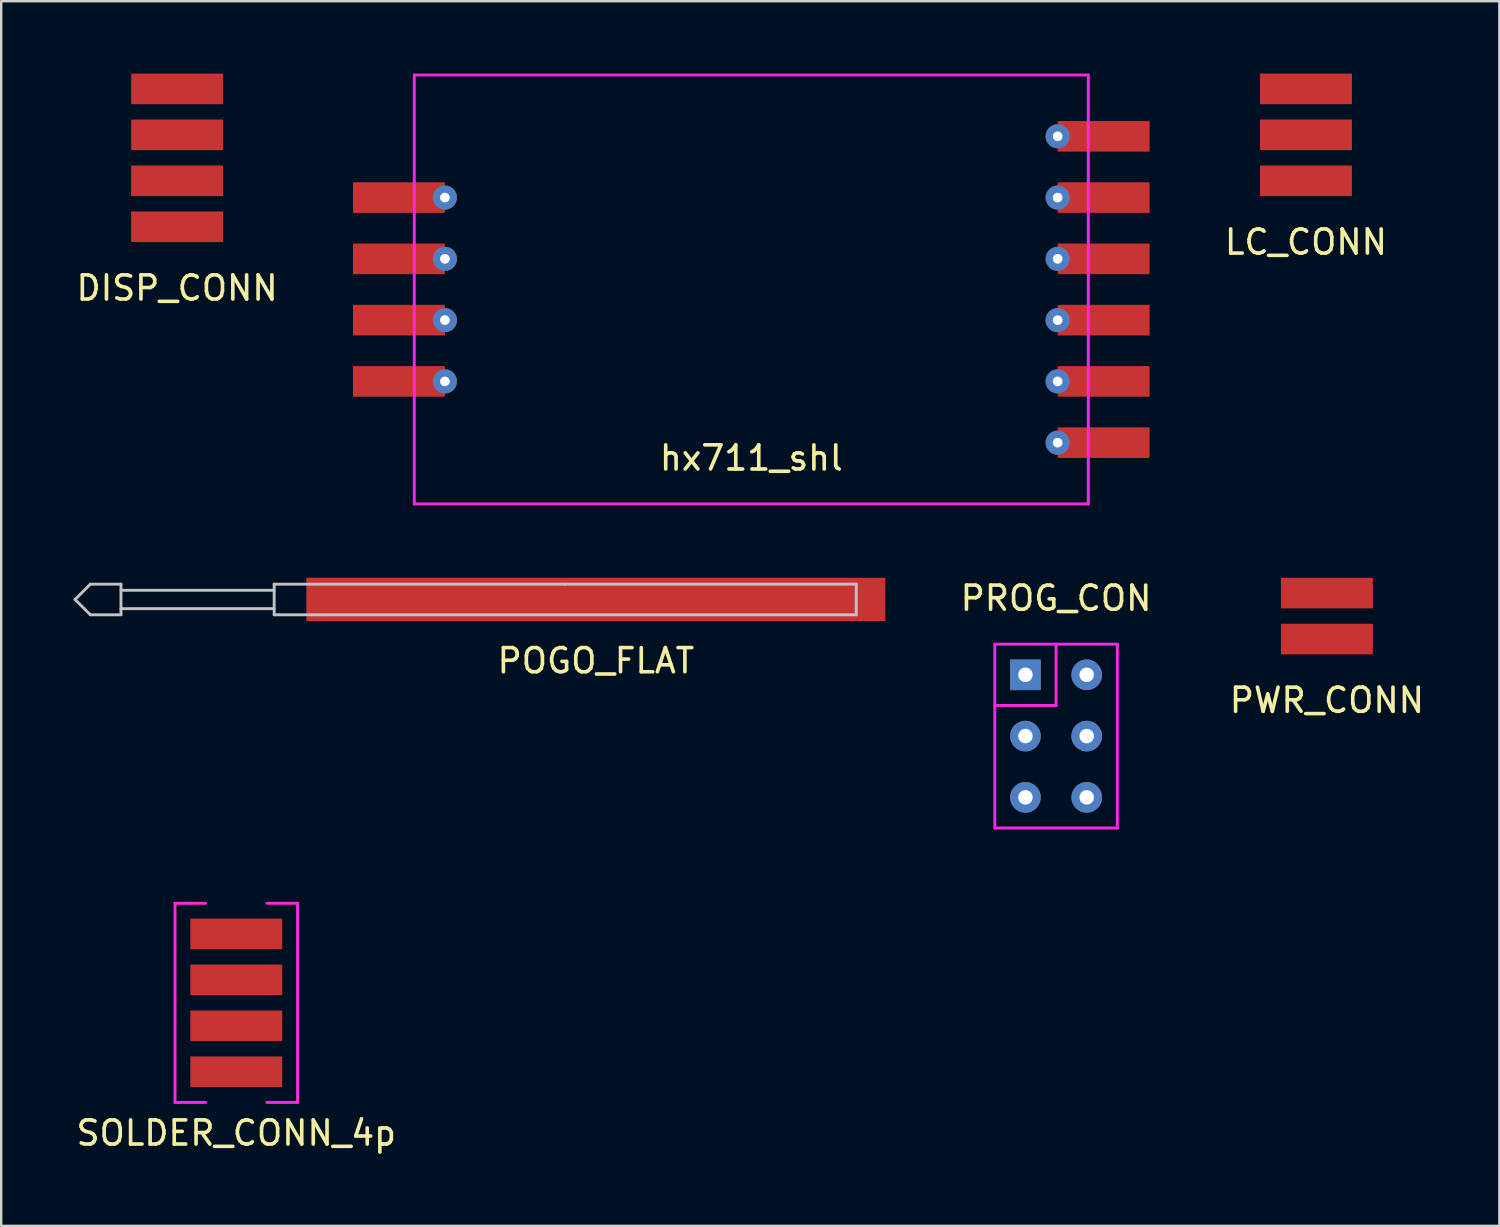
<source format=kicad_pcb>
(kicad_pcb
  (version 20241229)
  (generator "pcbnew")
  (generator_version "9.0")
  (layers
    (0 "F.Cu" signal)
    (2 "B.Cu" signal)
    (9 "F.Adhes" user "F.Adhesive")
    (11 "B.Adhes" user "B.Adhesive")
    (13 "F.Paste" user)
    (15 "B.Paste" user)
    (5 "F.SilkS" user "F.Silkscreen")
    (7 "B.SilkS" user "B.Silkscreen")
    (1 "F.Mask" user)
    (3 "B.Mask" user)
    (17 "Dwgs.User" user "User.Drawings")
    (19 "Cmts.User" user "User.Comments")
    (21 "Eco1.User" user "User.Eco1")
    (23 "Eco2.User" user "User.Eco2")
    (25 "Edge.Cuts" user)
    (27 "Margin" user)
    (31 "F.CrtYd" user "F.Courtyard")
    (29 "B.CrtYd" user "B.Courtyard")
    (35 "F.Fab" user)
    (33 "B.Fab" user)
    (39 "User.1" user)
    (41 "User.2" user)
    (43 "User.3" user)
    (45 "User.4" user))
  (footprint "PROG_CON"
    (layer "F.Cu")
    (at 40.727 27.463)
    (property "Reference" "PROG_CON" (at 0 -5.715 0) (layer "F.SilkS") (effects (font (size 1 1) (thickness 0.15))))
    (attr through_hole)
    (fp_line (start -2.54 -3.81) (end 2.54 -3.81) (stroke (width 0.12) (type solid)) (layer "F.CrtYd"))
    (fp_line (start -2.54 -1.27) (end 0 -1.27) (stroke (width 0.12) (type solid)) (layer "F.CrtYd"))
    (fp_line (start -2.54 3.81) (end -2.54 -3.81) (stroke (width 0.12) (type solid)) (layer "F.CrtYd"))
    (fp_line (start 0 -1.27) (end 0 -3.81) (stroke (width 0.12) (type solid)) (layer "F.CrtYd"))
    (fp_line (start 2.54 -3.81) (end 2.54 3.81) (stroke (width 0.12) (type solid)) (layer "F.CrtYd"))
    (fp_line (start 2.54 3.81) (end -2.54 3.81) (stroke (width 0.12) (type solid)) (layer "F.CrtYd"))
    (pad "1" thru_hole rect (at -1.27 -2.54) (size 1.27 1.27) (drill 0.6) (layers "*.Cu" "*.Mask"))
    (pad "2" thru_hole circle (at 1.27 -2.54) (size 1.27 1.27) (drill 0.6) (layers "*.Cu" "*.Mask"))
    (pad "3" thru_hole circle (at -1.27 0) (size 1.27 1.27) (drill 0.6) (layers "*.Cu" "*.Mask"))
    (pad "4" thru_hole circle (at 1.27 0) (size 1.27 1.27) (drill 0.6) (layers "*.Cu" "*.Mask"))
    (pad "5" thru_hole circle (at -1.27 2.54) (size 1.27 1.27) (drill 0.6) (layers "*.Cu" "*.Mask"))
    (pad "6" thru_hole circle (at 1.27 2.54) (size 1.27 1.27) (drill 0.6) (layers "*.Cu" "*.Mask")))
  (footprint "hx711_shl"
    (layer "F.Cu")
    (at 28.093 8.95)
    (property "Reference" "hx711_shl" (at 0 6.985 0) (layer "F.SilkS") (effects (font (size 1 1) (thickness 0.15))))
    (attr through_hole)
    (fp_line (start -13.97 -8.89) (end -13.97 8.89) (stroke (width 0.12) (type solid)) (layer "F.CrtYd"))
    (fp_line (start -13.97 8.89) (end 13.97 8.89) (stroke (width 0.12) (type solid)) (layer "F.CrtYd"))
    (fp_line (start 13.97 -8.89) (end -13.97 -8.89) (stroke (width 0.12) (type solid)) (layer "F.CrtYd"))
    (fp_line (start 13.97 8.89) (end 13.97 -8.89) (stroke (width 0.12) (type solid)) (layer "F.CrtYd"))
    (pad "2" smd rect (at -14.605 -3.81) (size 3.81 1.27) (layers "F.Cu" "F.Mask" "F.Paste"))
    (pad "2" thru_hole circle (at -12.7 -3.81) (size 1 1) (drill 0.4) (layers "*.Cu" "*.Mask"))
    (pad "3" smd rect (at -14.605 -1.27) (size 3.81 1.27) (layers "F.Cu" "F.Mask" "F.Paste"))
    (pad "3" thru_hole circle (at -12.7 -1.27) (size 1 1) (drill 0.4) (layers "*.Cu" "*.Mask"))
    (pad "4" smd rect (at -14.605 1.27) (size 3.81 1.27) (layers "F.Cu" "F.Mask" "F.Paste"))
    (pad "4" thru_hole circle (at -12.7 1.27) (size 1 1) (drill 0.4) (layers "*.Cu" "*.Mask"))
    (pad "5" smd rect (at -14.605 3.81) (size 3.81 1.27) (layers "F.Cu" "F.Mask" "F.Paste"))
    (pad "5" thru_hole circle (at -12.7 3.81) (size 1 1) (drill 0.4) (layers "*.Cu" "*.Mask"))
    (pad "7" thru_hole circle (at 12.7 6.35) (size 1 1) (drill 0.4) (layers "*.Cu" "*.Mask"))
    (pad "7" smd rect (at 14.605 6.35) (size 3.81 1.27) (layers "F.Cu" "F.Mask" "F.Paste"))
    (pad "8" thru_hole circle (at 12.7 3.81) (size 1 1) (drill 0.4) (layers "*.Cu" "*.Mask"))
    (pad "8" smd rect (at 14.605 3.81) (size 3.81 1.27) (layers "F.Cu" "F.Mask" "F.Paste"))
    (pad "9" thru_hole circle (at 12.7 1.27) (size 1 1) (drill 0.4) (layers "*.Cu" "*.Mask"))
    (pad "9" smd rect (at 14.605 1.27) (size 3.81 1.27) (layers "F.Cu" "F.Mask" "F.Paste"))
    (pad "10" thru_hole circle (at 12.7 -1.27) (size 1 1) (drill 0.4) (layers "*.Cu" "*.Mask"))
    (pad "10" smd rect (at 14.605 -1.27) (size 3.81 1.27) (layers "F.Cu" "F.Mask" "F.Paste"))
    (pad "11" thru_hole circle (at 12.7 -3.81) (size 1 1) (drill 0.4) (layers "*.Cu" "*.Mask"))
    (pad "11" smd rect (at 14.605 -3.81) (size 3.81 1.27) (layers "F.Cu" "F.Mask" "F.Paste"))
    (pad "12" thru_hole circle (at 12.7 -6.35) (size 1 1) (drill 0.4) (layers "*.Cu" "*.Mask"))
    (pad "12" smd rect (at 14.605 -6.35) (size 3.81 1.27) (layers "F.Cu" "F.Mask" "F.Paste")))
  (footprint "POGO_FLAT"
    (layer "F.Cu")
    (at 21.65 21.8)
    (property "Reference" "POGO_FLAT" (at 0 2.54 0) (layer "F.SilkS") (effects (font (size 1 1) (thickness 0.15))))
    (attr through_hole)
    (fp_line (start -21.59 0) (end -20.955 -0.635) (stroke (width 0.12) (type solid)) (layer "Dwgs.User"))
    (fp_line (start -20.955 -0.635) (end -19.685 -0.635) (stroke (width 0.12) (type solid)) (layer "Dwgs.User"))
    (fp_line (start -20.955 0.635) (end -21.59 0) (stroke (width 0.12) (type solid)) (layer "Dwgs.User"))
    (fp_line (start -19.685 -0.635) (end -19.685 0.635) (stroke (width 0.12) (type solid)) (layer "Dwgs.User"))
    (fp_line (start -19.685 -0.381) (end -13.335 -0.381) (stroke (width 0.12) (type solid)) (layer "Dwgs.User"))
    (fp_line (start -19.685 0.635) (end -20.955 0.635) (stroke (width 0.12) (type solid)) (layer "Dwgs.User"))
    (fp_line (start -13.335 -0.635) (end -1.27 -0.635) (stroke (width 0.12) (type solid)) (layer "Dwgs.User"))
    (fp_line (start -13.335 0.381) (end -19.685 0.381) (stroke (width 0.12) (type solid)) (layer "Dwgs.User"))
    (fp_line (start -13.335 0.635) (end -13.335 -0.635) (stroke (width 0.12) (type solid)) (layer "Dwgs.User"))
    (fp_line (start -1.27 -0.635) (end 10.795 -0.635) (stroke (width 0.12) (type solid)) (layer "Dwgs.User"))
    (fp_line (start 10.795 -0.635) (end 10.795 0.635) (stroke (width 0.12) (type solid)) (layer "Dwgs.User"))
    (fp_line (start 10.795 0.635) (end -13.335 0.635) (stroke (width 0.12) (type solid)) (layer "Dwgs.User"))
    (pad "1" smd rect (at 0 0) (size 24 1.8) (layers "F.Cu" "F.Mask" "F.Paste")))
  (footprint "PWR_CONN"
    (layer "F.Cu")
    (at 51.954 22.17)
    (property "Reference" "PWR_CONN" (at 0 3.81 0) (layer "F.SilkS") (effects (font (size 1 1) (thickness 0.15))))
    (attr through_hole)
    (pad "1" smd rect (at 0 1.27) (size 3.81 1.27) (layers "F.Cu" "F.Mask" "F.Paste"))
    (pad "2" smd rect (at 0 -0.635) (size 3.81 1.27) (layers "F.Cu" "F.Mask" "F.Paste")))
  (footprint "LC_CONN"
    (layer "F.Cu")
    (at 51.085 2.54)
    (property "Reference" "LC_CONN" (at 0 4.445 0) (layer "F.SilkS") (effects (font (size 1 1) (thickness 0.15))))
    (attr through_hole)
    (pad "1" smd rect (at 0 -1.905) (size 3.81 1.27) (layers "F.Cu" "F.Mask" "F.Paste"))
    (pad "2" smd rect (at 0 0) (size 3.81 1.27) (layers "F.Cu" "F.Mask" "F.Paste"))
    (pad "3" smd rect (at 0 1.905) (size 3.81 1.27) (layers "F.Cu" "F.Mask" "F.Paste")))
  (footprint "SOLDER_CONN_4p"
    (layer "F.Cu")
    (at 6.744 38.203)
    (property "Reference" "SOLDER_CONN_4p" (at 0 5.715 0) (layer "F.SilkS") (effects (font (size 1 1) (thickness 0.15))))
    (attr through_hole)
    (fp_line (start -2.54 -3.81) (end -1.905 -3.81) (stroke (width 0.12) (type solid)) (layer "F.CrtYd"))
    (fp_line (start -2.54 4.445) (end -2.54 -3.81) (stroke (width 0.12) (type solid)) (layer "F.CrtYd"))
    (fp_line (start -1.905 -3.81) (end -1.27 -3.81) (stroke (width 0.12) (type solid)) (layer "F.CrtYd"))
    (fp_line (start -1.27 4.445) (end -2.54 4.445) (stroke (width 0.12) (type solid)) (layer "F.CrtYd"))
    (fp_line (start 1.27 -3.81) (end 2.54 -3.81) (stroke (width 0.12) (type solid)) (layer "F.CrtYd"))
    (fp_line (start 2.54 -3.81) (end 2.54 4.445) (stroke (width 0.12) (type solid)) (layer "F.CrtYd"))
    (fp_line (start 2.54 4.445) (end 1.27 4.445) (stroke (width 0.12) (type solid)) (layer "F.CrtYd"))
    (pad "1" smd rect (at 0 3.175) (size 3.81 1.27) (layers "F.Cu" "F.Mask" "F.Paste"))
    (pad "2" smd rect (at 0 1.27) (size 3.81 1.27) (layers "F.Cu" "F.Mask" "F.Paste"))
    (pad "3" smd rect (at 0 -0.635) (size 3.81 1.27) (layers "F.Cu" "F.Mask" "F.Paste"))
    (pad "4" smd rect (at 0 -2.54) (size 3.81 1.27) (layers "F.Cu" "F.Mask" "F.Paste")))
  (footprint "DISP_CONN"
    (layer "F.Cu")
    (at 4.292 3.175)
    (property "Reference" "DISP_CONN" (at 0 5.715 0) (layer "F.SilkS") (effects (font (size 1 1) (thickness 0.15))))
    (attr through_hole)
    (pad "1" smd rect (at 0 3.175) (size 3.81 1.27) (layers "F.Cu" "F.Mask" "F.Paste"))
    (pad "2" smd rect (at 0 1.27) (size 3.81 1.27) (layers "F.Cu" "F.Mask" "F.Paste"))
    (pad "3" smd rect (at 0 -0.635) (size 3.81 1.27) (layers "F.Cu" "F.Mask" "F.Paste"))
    (pad "4" smd rect (at 0 -2.54) (size 3.81 1.27) (layers "F.Cu" "F.Mask" "F.Paste")))
  (gr_rect
    (start -3 -3)
    (end 59.102 47.767)
    (stroke (width 0.1) (type default))
    (fill no)
    (layer "Edge.Cuts")))
</source>
